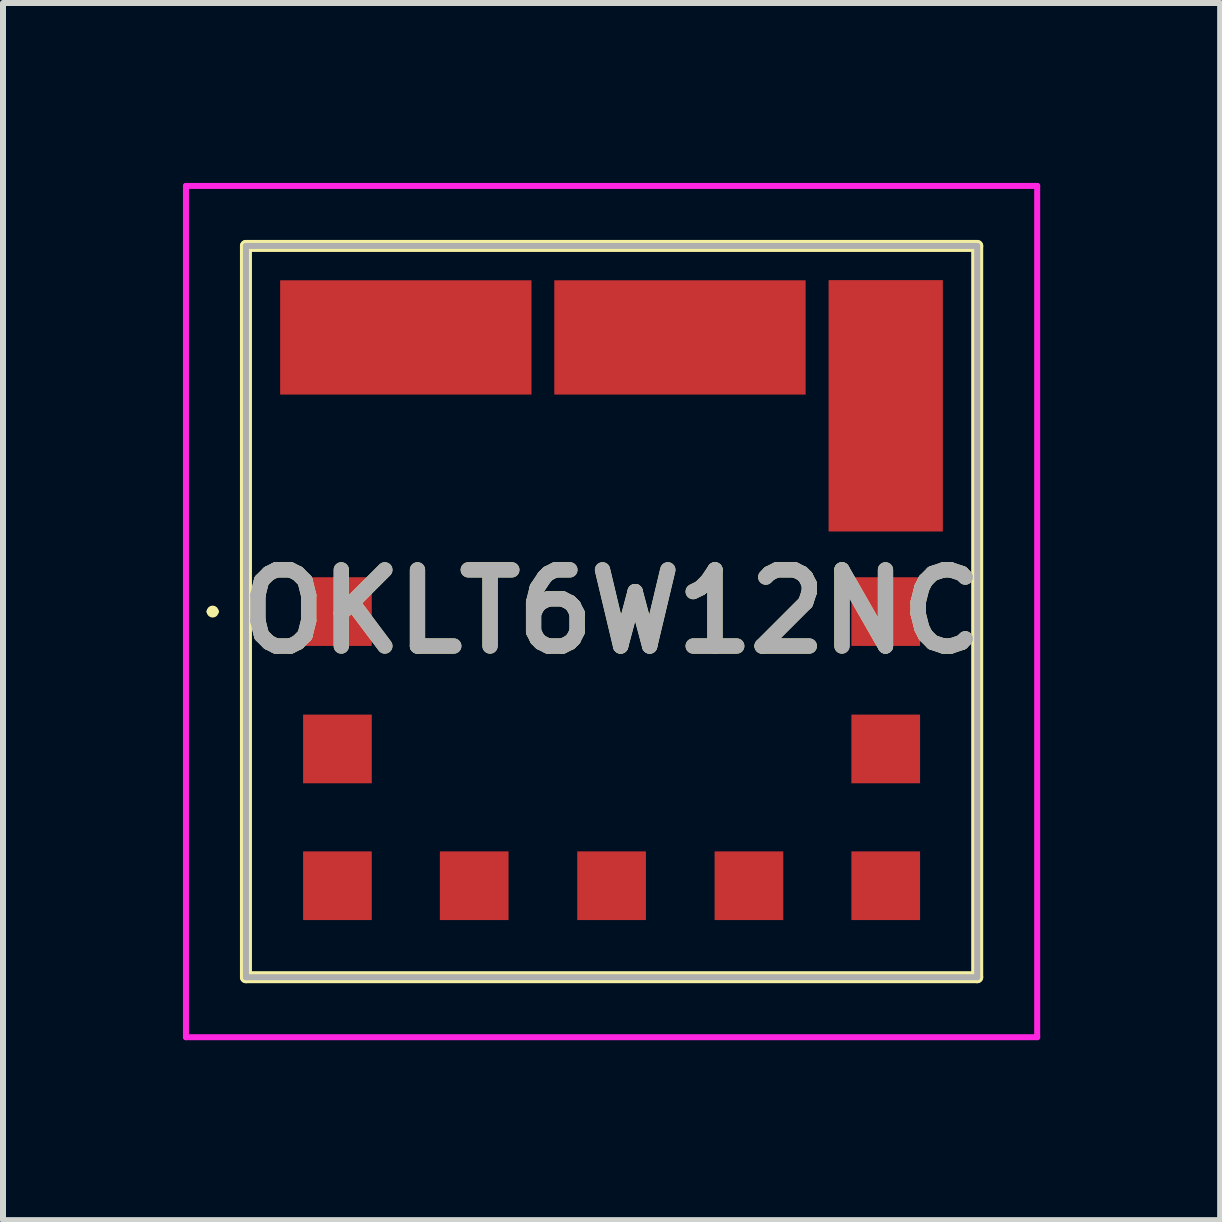
<source format=kicad_pcb>
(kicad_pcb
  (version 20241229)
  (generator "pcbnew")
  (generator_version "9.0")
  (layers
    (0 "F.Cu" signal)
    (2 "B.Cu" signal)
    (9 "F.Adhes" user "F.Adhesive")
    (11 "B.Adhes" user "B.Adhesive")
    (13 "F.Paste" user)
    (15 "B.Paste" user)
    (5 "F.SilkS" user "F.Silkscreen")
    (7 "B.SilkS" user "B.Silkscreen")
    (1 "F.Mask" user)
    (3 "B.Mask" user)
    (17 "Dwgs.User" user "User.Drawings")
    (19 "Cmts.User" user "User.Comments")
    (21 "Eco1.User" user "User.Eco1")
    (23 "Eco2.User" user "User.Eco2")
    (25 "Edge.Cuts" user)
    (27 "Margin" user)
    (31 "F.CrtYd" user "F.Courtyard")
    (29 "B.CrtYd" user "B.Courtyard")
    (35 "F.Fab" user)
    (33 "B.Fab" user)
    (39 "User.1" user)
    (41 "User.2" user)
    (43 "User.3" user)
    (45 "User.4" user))
  (footprint "OKLT6W12NC"
    (layer "F.Cu")
    (at 7.145 7.145)
    (property "Reference" "OKLT6W12NC" (at 0 0 0) (layer "F.SilkS") (effects (font (size 1.27 1.27) (thickness 0.254))))
    (attr smd)
    (fp_line (start -6.7 0) (end -6.7 0) (stroke (width 0.1) (type solid)) (layer "F.SilkS"))
    (fp_line (start -6.6 0) (end -6.6 0) (stroke (width 0.1) (type solid)) (layer "F.SilkS"))
    (fp_line (start -6.095 -6.095) (end 6.095 -6.095) (stroke (width 0.2) (type solid)) (layer "F.SilkS"))
    (fp_line (start -6.095 6.095) (end -6.095 -6.095) (stroke (width 0.2) (type solid)) (layer "F.SilkS"))
    (fp_line (start 6.095 -6.095) (end 6.095 6.095) (stroke (width 0.2) (type solid)) (layer "F.SilkS"))
    (fp_line (start 6.095 6.095) (end -6.095 6.095) (stroke (width 0.2) (type solid)) (layer "F.SilkS"))
    (fp_arc (start -6.7 0) (mid -6.65 -0.05) (end -6.6 0) (stroke (width 0.1) (type solid)) (layer "F.SilkS"))
    (fp_arc (start -6.6 0) (mid -6.65 0.05) (end -6.7 0) (stroke (width 0.1) (type solid)) (layer "F.SilkS"))
    (fp_line (start -7.095 -7.095) (end 7.095 -7.095) (stroke (width 0.1) (type solid)) (layer "F.CrtYd"))
    (fp_line (start -7.095 7.095) (end -7.095 -7.095) (stroke (width 0.1) (type solid)) (layer "F.CrtYd"))
    (fp_line (start 7.095 -7.095) (end 7.095 7.095) (stroke (width 0.1) (type solid)) (layer "F.CrtYd"))
    (fp_line (start 7.095 7.095) (end -7.095 7.095) (stroke (width 0.1) (type solid)) (layer "F.CrtYd"))
    (fp_line (start -6.095 -6.095) (end 6.095 -6.095) (stroke (width 0.1) (type solid)) (layer "F.Fab"))
    (fp_line (start -6.095 6.095) (end -6.095 -6.095) (stroke (width 0.1) (type solid)) (layer "F.Fab"))
    (fp_line (start 6.095 -6.095) (end 6.095 6.095) (stroke (width 0.1) (type solid)) (layer "F.Fab"))
    (fp_line (start 6.095 6.095) (end -6.095 6.095) (stroke (width 0.1) (type solid)) (layer "F.Fab"))
    (fp_text user "${REFERENCE}" (at 0 0 0) (layer "F.Fab") (effects (font (size 1.27 1.27) (thickness 0.254))))
    (pad "1" smd rect (at -4.57 0) (size 1.145 1.145) (layers "F.Cu" "F.Mask" "F.Paste"))
    (pad "2" smd rect (at -3.43 -4.57 90) (size 1.905 4.19) (layers "F.Cu" "F.Mask" "F.Paste"))
    (pad "3" smd rect (at 1.14 -4.57 90) (size 1.905 4.19) (layers "F.Cu" "F.Mask" "F.Paste"))
    (pad "4" smd rect (at 4.57 -3.43) (size 1.905 4.19) (layers "F.Cu" "F.Mask" "F.Paste"))
    (pad "5" smd rect (at 4.57 0) (size 1.145 1.145) (layers "F.Cu" "F.Mask" "F.Paste"))
    (pad "6" smd rect (at 4.57 4.57) (size 1.145 1.145) (layers "F.Cu" "F.Mask" "F.Paste"))
    (pad "7" smd rect (at 0 4.57) (size 1.145 1.145) (layers "F.Cu" "F.Mask" "F.Paste"))
    (pad "8" smd rect (at -2.29 4.57) (size 1.145 1.145) (layers "F.Cu" "F.Mask" "F.Paste"))
    (pad "9" smd rect (at -4.57 4.57) (size 1.145 1.145) (layers "F.Cu" "F.Mask" "F.Paste"))
    (pad "10" smd rect (at -4.57 2.29) (size 1.145 1.145) (layers "F.Cu" "F.Mask" "F.Paste"))
    (pad "11" smd rect (at 4.57 2.29) (size 1.145 1.145) (layers "F.Cu" "F.Mask" "F.Paste"))
    (pad "12" smd rect (at 2.29 4.57) (size 1.145 1.145) (layers "F.Cu" "F.Mask" "F.Paste")))
  (gr_rect
    (start -3 -3)
    (end 17.29 17.29)
    (stroke (width 0.1) (type default))
    (fill no)
    (layer "Edge.Cuts")))
</source>
